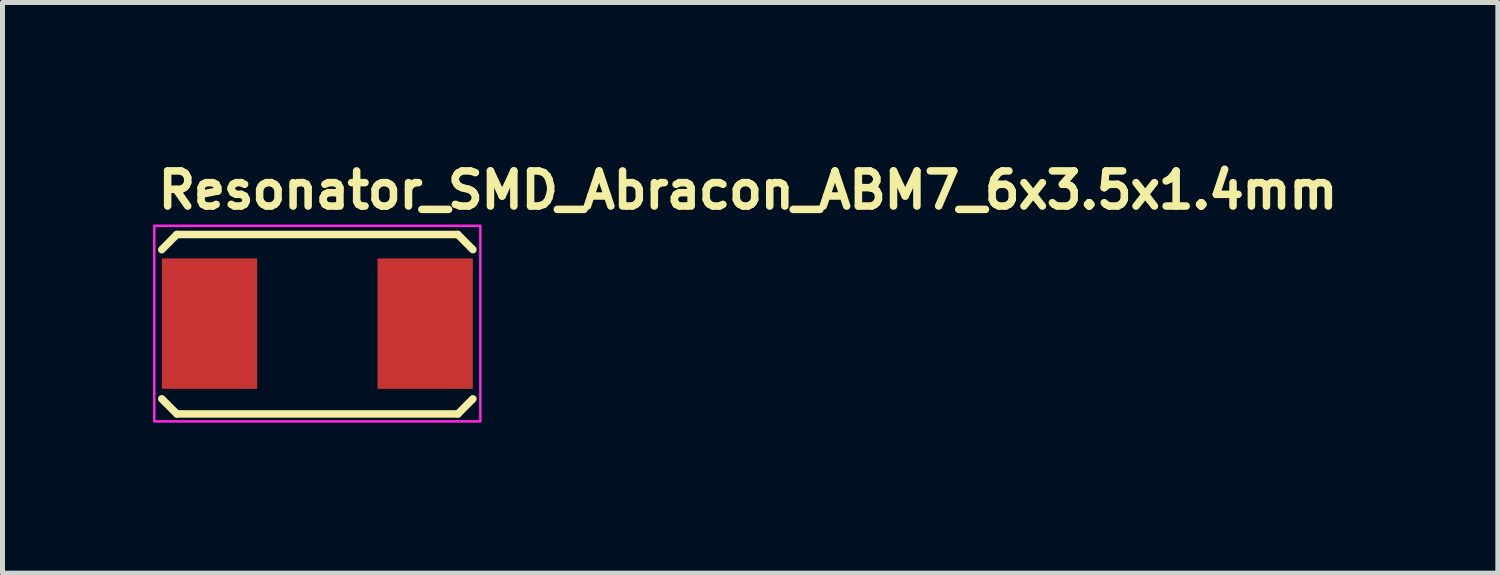
<source format=kicad_pcb>
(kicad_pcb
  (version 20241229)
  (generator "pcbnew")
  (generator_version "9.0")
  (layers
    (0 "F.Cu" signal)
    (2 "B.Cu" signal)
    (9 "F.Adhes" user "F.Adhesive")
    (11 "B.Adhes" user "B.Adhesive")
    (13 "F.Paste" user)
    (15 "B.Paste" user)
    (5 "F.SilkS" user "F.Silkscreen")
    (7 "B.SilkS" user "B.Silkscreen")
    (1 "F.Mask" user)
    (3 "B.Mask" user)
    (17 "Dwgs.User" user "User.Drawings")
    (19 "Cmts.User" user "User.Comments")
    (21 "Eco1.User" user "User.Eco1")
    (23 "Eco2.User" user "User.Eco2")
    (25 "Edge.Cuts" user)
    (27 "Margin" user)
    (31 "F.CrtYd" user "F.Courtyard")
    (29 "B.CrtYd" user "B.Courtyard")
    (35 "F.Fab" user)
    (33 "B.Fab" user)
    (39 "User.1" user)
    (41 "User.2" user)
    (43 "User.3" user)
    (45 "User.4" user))
  (footprint "Resonator_SMD_Abracon_ABM7_6x3.5x1.4mm"
    (layer "F.Cu")
    (at 3.276 3.4)
    (property "Reference" "Resonator_SMD_Abracon_ABM7_6x3.5x1.4mm" (at -3.25 -2.25 0) (layer "F.SilkS") (effects (font (size 0.7 0.7) (thickness 0.15)) (justify left bottom)))
    (attr smd)
    (fp_line (start -3.102 -1.474) (end -2.803 -1.776) (stroke (width 0.15) (type solid)) (layer "F.SilkS"))
    (fp_line (start -3.102 1.499) (end -2.801 1.8) (stroke (width 0.15) (type solid)) (layer "F.SilkS"))
    (fp_line (start -2.803 -1.776) (end 2.798 -1.776) (stroke (width 0.15) (type solid)) (layer "F.SilkS"))
    (fp_line (start 2.8 1.8) (end -2.801 1.8) (stroke (width 0.15) (type solid)) (layer "F.SilkS"))
    (fp_line (start 3.099 -1.474) (end 2.798 -1.776) (stroke (width 0.15) (type solid)) (layer "F.SilkS"))
    (fp_line (start 3.099 1.499) (end 2.8 1.8) (stroke (width 0.15) (type solid)) (layer "F.SilkS"))
    (fp_rect (start -3.251 -1.95) (end 3.248 1.949) (stroke (width 0.05) (type solid)) (fill no) (layer "F.CrtYd"))
    (fp_rect (start -3.051 -1.75) (end 3.048 1.749) (stroke (width 0.1) (type solid)) (fill no) (layer "User.5"))
    (fp_line (start -3.051 -1.5) (end -2.801 -1.75) (stroke (width 0.02) (type solid)) (layer "User.9"))
    (fp_line (start -3.051 -0.402) (end -3.051 -1.5) (stroke (width 0.02) (type solid)) (layer "User.9"))
    (fp_line (start -3.051 0.4) (end -2.75 0.4) (stroke (width 0.02) (type solid)) (layer "User.9"))
    (fp_line (start -3.051 1.499) (end -3.051 0.4) (stroke (width 0.02) (type solid)) (layer "User.9"))
    (fp_line (start -3 -0.332) (end -3 -0.402) (stroke (width 0.02) (type solid)) (layer "User.9"))
    (fp_line (start -3 0.33) (end -3 0.4) (stroke (width 0.02) (type solid)) (layer "User.9"))
    (fp_line (start -2.9 -0.332) (end -3 -0.332) (stroke (width 0.02) (type solid)) (layer "User.9"))
    (fp_line (start -2.9 0.33) (end -3 0.33) (stroke (width 0.02) (type solid)) (layer "User.9"))
    (fp_line (start -2.9 0.33) (end -2.896 0.329) (stroke (width 0.02) (type solid)) (layer "User.9"))
    (fp_line (start -2.896 -0.331) (end -2.9 -0.332) (stroke (width 0.02) (type solid)) (layer "User.9"))
    (fp_line (start -2.896 0.329) (end -2.891 0.329) (stroke (width 0.02) (type solid)) (layer "User.9"))
    (fp_line (start -2.891 -0.331) (end -2.896 -0.331) (stroke (width 0.02) (type solid)) (layer "User.9"))
    (fp_line (start -2.891 0.329) (end -2.887 0.328) (stroke (width 0.02) (type solid)) (layer "User.9"))
    (fp_line (start -2.887 -0.33) (end -2.891 -0.331) (stroke (width 0.02) (type solid)) (layer "User.9"))
    (fp_line (start -2.887 0.328) (end -2.882 0.328) (stroke (width 0.02) (type solid)) (layer "User.9"))
    (fp_line (start -2.882 -0.33) (end -2.887 -0.33) (stroke (width 0.02) (type solid)) (layer "User.9"))
    (fp_line (start -2.882 0.328) (end -2.876 0.326) (stroke (width 0.02) (type solid)) (layer "User.9"))
    (fp_line (start -2.876 -0.328) (end -2.882 -0.33) (stroke (width 0.02) (type solid)) (layer "User.9"))
    (fp_line (start -2.876 0.326) (end -2.871 0.325) (stroke (width 0.02) (type solid)) (layer "User.9"))
    (fp_line (start -2.871 -0.327) (end -2.876 -0.328) (stroke (width 0.02) (type solid)) (layer "User.9"))
    (fp_line (start -2.871 0.325) (end -2.867 0.324) (stroke (width 0.02) (type solid)) (layer "User.9"))
    (fp_line (start -2.867 -0.326) (end -2.871 -0.327) (stroke (width 0.02) (type solid)) (layer "User.9"))
    (fp_line (start -2.867 0.324) (end -2.863 0.322) (stroke (width 0.02) (type solid)) (layer "User.9"))
    (fp_line (start -2.863 -0.324) (end -2.867 -0.326) (stroke (width 0.02) (type solid)) (layer "User.9"))
    (fp_line (start -2.863 0.322) (end -2.859 0.32) (stroke (width 0.02) (type solid)) (layer "User.9"))
    (fp_line (start -2.859 -0.322) (end -2.863 -0.324) (stroke (width 0.02) (type solid)) (layer "User.9"))
    (fp_line (start -2.859 0.32) (end -2.854 0.317) (stroke (width 0.02) (type solid)) (layer "User.9"))
    (fp_line (start -2.854 -0.319) (end -2.859 -0.322) (stroke (width 0.02) (type solid)) (layer "User.9"))
    (fp_line (start -2.854 0.317) (end -2.85 0.314) (stroke (width 0.02) (type solid)) (layer "User.9"))
    (fp_line (start -2.85 -0.316) (end -2.854 -0.319) (stroke (width 0.02) (type solid)) (layer "User.9"))
    (fp_line (start -2.85 0.314) (end -2.846 0.312) (stroke (width 0.02) (type solid)) (layer "User.9"))
    (fp_line (start -2.846 -0.314) (end -2.85 -0.316) (stroke (width 0.02) (type solid)) (layer "User.9"))
    (fp_line (start -2.846 0.312) (end -2.842 0.309) (stroke (width 0.02) (type solid)) (layer "User.9"))
    (fp_line (start -2.842 -0.311) (end -2.846 -0.314) (stroke (width 0.02) (type solid)) (layer "User.9"))
    (fp_line (start -2.842 0.309) (end -2.838 0.306) (stroke (width 0.02) (type solid)) (layer "User.9"))
    (fp_line (start -2.838 -0.308) (end -2.842 -0.311) (stroke (width 0.02) (type solid)) (layer "User.9"))
    (fp_line (start -2.838 0.306) (end -2.834 0.303) (stroke (width 0.02) (type solid)) (layer "User.9"))
    (fp_line (start -2.834 -0.305) (end -2.838 -0.308) (stroke (width 0.02) (type solid)) (layer "User.9"))
    (fp_line (start -2.834 0.303) (end -2.831 0.299) (stroke (width 0.02) (type solid)) (layer "User.9"))
    (fp_line (start -2.831 -0.301) (end -2.834 -0.305) (stroke (width 0.02) (type solid)) (layer "User.9"))
    (fp_line (start -2.831 -0.301) (end -2.831 -0.301) (stroke (width 0.02) (type solid)) (layer "User.9"))
    (fp_line (start -2.831 0.299) (end -2.831 0.299) (stroke (width 0.02) (type solid)) (layer "User.9"))
    (fp_line (start -2.831 0.299) (end -2.827 0.296) (stroke (width 0.02) (type solid)) (layer "User.9"))
    (fp_line (start -2.827 -0.298) (end -2.831 -0.301) (stroke (width 0.02) (type solid)) (layer "User.9"))
    (fp_line (start -2.827 0.296) (end -2.823 0.292) (stroke (width 0.02) (type solid)) (layer "User.9"))
    (fp_line (start -2.823 -0.294) (end -2.827 -0.298) (stroke (width 0.02) (type solid)) (layer "User.9"))
    (fp_line (start -2.823 0.292) (end -2.82 0.288) (stroke (width 0.02) (type solid)) (layer "User.9"))
    (fp_line (start -2.82 -0.29) (end -2.823 -0.294) (stroke (width 0.02) (type solid)) (layer "User.9"))
    (fp_line (start -2.82 0.288) (end -2.818 0.285) (stroke (width 0.02) (type solid)) (layer "User.9"))
    (fp_line (start -2.818 -0.287) (end -2.82 -0.29) (stroke (width 0.02) (type solid)) (layer "User.9"))
    (fp_line (start -2.818 0.285) (end -2.815 0.281) (stroke (width 0.02) (type solid)) (layer "User.9"))
    (fp_line (start -2.815 -0.283) (end -2.818 -0.287) (stroke (width 0.02) (type solid)) (layer "User.9"))
    (fp_line (start -2.815 0.281) (end -2.813 0.277) (stroke (width 0.02) (type solid)) (layer "User.9"))
    (fp_line (start -2.813 -0.279) (end -2.815 -0.283) (stroke (width 0.02) (type solid)) (layer "User.9"))
    (fp_line (start -2.813 0.277) (end -2.81 0.272) (stroke (width 0.02) (type solid)) (layer "User.9"))
    (fp_line (start -2.81 -0.274) (end -2.813 -0.279) (stroke (width 0.02) (type solid)) (layer "User.9"))
    (fp_line (start -2.81 0.272) (end -2.809 0.268) (stroke (width 0.02) (type solid)) (layer "User.9"))
    (fp_line (start -2.809 -0.27) (end -2.81 -0.274) (stroke (width 0.02) (type solid)) (layer "User.9"))
    (fp_line (start -2.809 0.268) (end -2.806 0.263) (stroke (width 0.02) (type solid)) (layer "User.9"))
    (fp_line (start -2.806 -0.265) (end -2.809 -0.27) (stroke (width 0.02) (type solid)) (layer "User.9"))
    (fp_line (start -2.806 -0.261) (end -2.806 -0.265) (stroke (width 0.02) (type solid)) (layer "User.9"))
    (fp_line (start -2.806 0.259) (end -2.805 0.253) (stroke (width 0.02) (type solid)) (layer "User.9"))
    (fp_line (start -2.806 0.263) (end -2.806 0.259) (stroke (width 0.02) (type solid)) (layer "User.9"))
    (fp_line (start -2.805 -0.255) (end -2.806 -0.261) (stroke (width 0.02) (type solid)) (layer "User.9"))
    (fp_line (start -2.805 0.253) (end -2.802 0.248) (stroke (width 0.02) (type solid)) (layer "User.9"))
    (fp_line (start -2.802 -0.25) (end -2.805 -0.255) (stroke (width 0.02) (type solid)) (layer "User.9"))
    (fp_line (start -2.802 -0.245) (end -2.802 -0.25) (stroke (width 0.02) (type solid)) (layer "User.9"))
    (fp_line (start -2.802 -0.24) (end -2.802 -0.245) (stroke (width 0.02) (type solid)) (layer "User.9"))
    (fp_line (start -2.802 -0.236) (end -2.802 -0.24) (stroke (width 0.02) (type solid)) (layer "User.9"))
    (fp_line (start -2.802 0.234) (end -2.801 0.23) (stroke (width 0.02) (type solid)) (layer "User.9"))
    (fp_line (start -2.802 0.239) (end -2.802 0.234) (stroke (width 0.02) (type solid)) (layer "User.9"))
    (fp_line (start -2.802 0.243) (end -2.802 0.239) (stroke (width 0.02) (type solid)) (layer "User.9"))
    (fp_line (start -2.802 0.248) (end -2.802 0.243) (stroke (width 0.02) (type solid)) (layer "User.9"))
    (fp_line (start -2.801 -1.75) (end 2.798 -1.75) (stroke (width 0.02) (type solid)) (layer "User.9"))
    (fp_line (start -2.801 -0.232) (end -2.802 -0.236) (stroke (width 0.02) (type solid)) (layer "User.9"))
    (fp_line (start -2.801 0.23) (end -2.801 -0.232) (stroke (width 0.02) (type solid)) (layer "User.9"))
    (fp_line (start -2.801 1.749) (end -3.051 1.499) (stroke (width 0.02) (type solid)) (layer "User.9"))
    (fp_line (start -2.75 -0.402) (end -3.051 -0.402) (stroke (width 0.02) (type solid)) (layer "User.9"))
    (fp_line (start -2.75 0.4) (end -2.75 -0.402) (stroke (width 0.02) (type solid)) (layer "User.9"))
    (fp_line (start -2.702 -1.25) (end -2.701 -1.264) (stroke (width 0.02) (type solid)) (layer "User.9"))
    (fp_line (start -2.702 1.249) (end -2.702 -1.25) (stroke (width 0.02) (type solid)) (layer "User.9"))
    (fp_line (start -2.701 -1.264) (end -2.699 -1.276) (stroke (width 0.02) (type solid)) (layer "User.9"))
    (fp_line (start -2.701 1.261) (end -2.702 1.249) (stroke (width 0.02) (type solid)) (layer "User.9"))
    (fp_line (start -2.699 -1.276) (end -2.698 -1.287) (stroke (width 0.02) (type solid)) (layer "User.9"))
    (fp_line (start -2.699 1.273) (end -2.701 1.261) (stroke (width 0.02) (type solid)) (layer "User.9"))
    (fp_line (start -2.698 -1.287) (end -2.697 -1.299) (stroke (width 0.02) (type solid)) (layer "User.9"))
    (fp_line (start -2.698 1.286) (end -2.699 1.273) (stroke (width 0.02) (type solid)) (layer "User.9"))
    (fp_line (start -2.697 -1.299) (end -2.694 -1.311) (stroke (width 0.02) (type solid)) (layer "User.9"))
    (fp_line (start -2.697 1.298) (end -2.698 1.286) (stroke (width 0.02) (type solid)) (layer "User.9"))
    (fp_line (start -2.694 -1.311) (end -2.69 -1.323) (stroke (width 0.02) (type solid)) (layer "User.9"))
    (fp_line (start -2.694 1.31) (end -2.697 1.298) (stroke (width 0.02) (type solid)) (layer "User.9"))
    (fp_line (start -2.69 -1.323) (end -2.686 -1.335) (stroke (width 0.02) (type solid)) (layer "User.9"))
    (fp_line (start -2.69 1.322) (end -2.694 1.31) (stroke (width 0.02) (type solid)) (layer "User.9"))
    (fp_line (start -2.686 -1.335) (end -2.681 -1.347) (stroke (width 0.02) (type solid)) (layer "User.9"))
    (fp_line (start -2.686 1.334) (end -2.69 1.322) (stroke (width 0.02) (type solid)) (layer "User.9"))
    (fp_line (start -2.681 -1.347) (end -2.677 -1.357) (stroke (width 0.02) (type solid)) (layer "User.9"))
    (fp_line (start -2.681 1.344) (end -2.686 1.334) (stroke (width 0.02) (type solid)) (layer "User.9"))
    (fp_line (start -2.677 -1.357) (end -2.672 -1.369) (stroke (width 0.02) (type solid)) (layer "User.9"))
    (fp_line (start -2.677 1.356) (end -2.681 1.344) (stroke (width 0.02) (type solid)) (layer "User.9"))
    (fp_line (start -2.672 -1.369) (end -2.665 -1.379) (stroke (width 0.02) (type solid)) (layer "User.9"))
    (fp_line (start -2.672 1.366) (end -2.677 1.356) (stroke (width 0.02) (type solid)) (layer "User.9"))
    (fp_line (start -2.665 -1.379) (end -2.658 -1.389) (stroke (width 0.02) (type solid)) (layer "User.9"))
    (fp_line (start -2.665 1.378) (end -2.672 1.366) (stroke (width 0.02) (type solid)) (layer "User.9"))
    (fp_line (start -2.658 -1.389) (end -2.652 -1.399) (stroke (width 0.02) (type solid)) (layer "User.9"))
    (fp_line (start -2.658 1.388) (end -2.665 1.378) (stroke (width 0.02) (type solid)) (layer "User.9"))
    (fp_line (start -2.652 -1.399) (end -2.645 -1.41) (stroke (width 0.02) (type solid)) (layer "User.9"))
    (fp_line (start -2.652 1.398) (end -2.658 1.388) (stroke (width 0.02) (type solid)) (layer "User.9"))
    (fp_line (start -2.645 -1.41) (end -2.637 -1.418) (stroke (width 0.02) (type solid)) (layer "User.9"))
    (fp_line (start -2.645 1.407) (end -2.652 1.398) (stroke (width 0.02) (type solid)) (layer "User.9"))
    (fp_line (start -2.637 -1.418) (end -2.628 -1.428) (stroke (width 0.02) (type solid)) (layer "User.9"))
    (fp_line (start -2.637 1.417) (end -2.645 1.407) (stroke (width 0.02) (type solid)) (layer "User.9"))
    (fp_line (start -2.628 -1.428) (end -2.628 -1.428) (stroke (width 0.02) (type solid)) (layer "User.9"))
    (fp_line (start -2.628 -1.428) (end -2.618 -1.436) (stroke (width 0.02) (type solid)) (layer "User.9"))
    (fp_line (start -2.628 1.425) (end -2.637 1.417) (stroke (width 0.02) (type solid)) (layer "User.9"))
    (fp_line (start -2.628 1.425) (end -2.628 1.425) (stroke (width 0.02) (type solid)) (layer "User.9"))
    (fp_line (start -2.618 -1.436) (end -2.609 -1.444) (stroke (width 0.02) (type solid)) (layer "User.9"))
    (fp_line (start -2.618 1.435) (end -2.628 1.425) (stroke (width 0.02) (type solid)) (layer "User.9"))
    (fp_line (start -2.609 -1.444) (end -2.6 -1.452) (stroke (width 0.02) (type solid)) (layer "User.9"))
    (fp_line (start -2.609 1.443) (end -2.618 1.435) (stroke (width 0.02) (type solid)) (layer "User.9"))
    (fp_line (start -2.6 -1.452) (end -2.589 -1.458) (stroke (width 0.02) (type solid)) (layer "User.9"))
    (fp_line (start -2.6 1.449) (end -2.609 1.443) (stroke (width 0.02) (type solid)) (layer "User.9"))
    (fp_line (start -2.589 -1.458) (end -2.58 -1.466) (stroke (width 0.02) (type solid)) (layer "User.9"))
    (fp_line (start -2.589 1.457) (end -2.6 1.449) (stroke (width 0.02) (type solid)) (layer "User.9"))
    (fp_line (start -2.58 -1.466) (end -2.569 -1.472) (stroke (width 0.02) (type solid)) (layer "User.9"))
    (fp_line (start -2.58 1.463) (end -2.589 1.457) (stroke (width 0.02) (type solid)) (layer "User.9"))
    (fp_line (start -2.569 -1.472) (end -2.557 -1.478) (stroke (width 0.02) (type solid)) (layer "User.9"))
    (fp_line (start -2.569 1.469) (end -2.58 1.463) (stroke (width 0.02) (type solid)) (layer "User.9"))
    (fp_line (start -2.557 -1.478) (end -2.547 -1.482) (stroke (width 0.02) (type solid)) (layer "User.9"))
    (fp_line (start -2.557 1.475) (end -2.569 1.469) (stroke (width 0.02) (type solid)) (layer "User.9"))
    (fp_line (start -2.547 -1.482) (end -2.536 -1.486) (stroke (width 0.02) (type solid)) (layer "User.9"))
    (fp_line (start -2.547 1.479) (end -2.557 1.475) (stroke (width 0.02) (type solid)) (layer "User.9"))
    (fp_line (start -2.536 -1.486) (end -2.524 -1.49) (stroke (width 0.02) (type solid)) (layer "User.9"))
    (fp_line (start -2.536 1.485) (end -2.547 1.479) (stroke (width 0.02) (type solid)) (layer "User.9"))
    (fp_line (start -2.524 -1.49) (end -2.512 -1.494) (stroke (width 0.02) (type solid)) (layer "User.9"))
    (fp_line (start -2.524 1.489) (end -2.536 1.485) (stroke (width 0.02) (type solid)) (layer "User.9"))
    (fp_line (start -2.512 -1.494) (end -2.5 -1.496) (stroke (width 0.02) (type solid)) (layer "User.9"))
    (fp_line (start -2.512 1.491) (end -2.524 1.489) (stroke (width 0.02) (type solid)) (layer "User.9"))
    (fp_line (start -2.5 -1.496) (end -2.488 -1.498) (stroke (width 0.02) (type solid)) (layer "User.9"))
    (fp_line (start -2.5 1.495) (end -2.512 1.491) (stroke (width 0.02) (type solid)) (layer "User.9"))
    (fp_line (start -2.488 -1.498) (end -2.476 -1.5) (stroke (width 0.02) (type solid)) (layer "User.9"))
    (fp_line (start -2.488 1.497) (end -2.5 1.495) (stroke (width 0.02) (type solid)) (layer "User.9"))
    (fp_line (start -2.476 -1.5) (end -2.464 -1.5) (stroke (width 0.02) (type solid)) (layer "User.9"))
    (fp_line (start -2.476 1.497) (end -2.488 1.497) (stroke (width 0.02) (type solid)) (layer "User.9"))
    (fp_line (start -2.464 -1.5) (end -2.452 -1.5) (stroke (width 0.02) (type solid)) (layer "User.9"))
    (fp_line (start -2.464 1.499) (end -2.476 1.497) (stroke (width 0.02) (type solid)) (layer "User.9"))
    (fp_line (start -2.452 -1.5) (end 2.45 -1.5) (stroke (width 0.02) (type solid)) (layer "User.9"))
    (fp_line (start -2.452 1.499) (end -2.464 1.499) (stroke (width 0.02) (type solid)) (layer "User.9"))
    (fp_line (start 2.45 -1.5) (end 2.462 -1.5) (stroke (width 0.02) (type solid)) (layer "User.9"))
    (fp_line (start 2.45 1.499) (end -2.452 1.499) (stroke (width 0.02) (type solid)) (layer "User.9"))
    (fp_line (start 2.462 -1.5) (end 2.474 -1.5) (stroke (width 0.02) (type solid)) (layer "User.9"))
    (fp_line (start 2.462 1.499) (end 2.45 1.499) (stroke (width 0.02) (type solid)) (layer "User.9"))
    (fp_line (start 2.474 -1.5) (end 2.486 -1.498) (stroke (width 0.02) (type solid)) (layer "User.9"))
    (fp_line (start 2.474 1.497) (end 2.462 1.499) (stroke (width 0.02) (type solid)) (layer "User.9"))
    (fp_line (start 2.486 -1.498) (end 2.499 -1.496) (stroke (width 0.02) (type solid)) (layer "User.9"))
    (fp_line (start 2.486 1.497) (end 2.474 1.497) (stroke (width 0.02) (type solid)) (layer "User.9"))
    (fp_line (start 2.499 -1.496) (end 2.51 -1.494) (stroke (width 0.02) (type solid)) (layer "User.9"))
    (fp_line (start 2.499 1.495) (end 2.486 1.497) (stroke (width 0.02) (type solid)) (layer "User.9"))
    (fp_line (start 2.51 -1.494) (end 2.522 -1.49) (stroke (width 0.02) (type solid)) (layer "User.9"))
    (fp_line (start 2.51 1.491) (end 2.499 1.495) (stroke (width 0.02) (type solid)) (layer "User.9"))
    (fp_line (start 2.522 -1.49) (end 2.534 -1.486) (stroke (width 0.02) (type solid)) (layer "User.9"))
    (fp_line (start 2.522 1.489) (end 2.51 1.491) (stroke (width 0.02) (type solid)) (layer "User.9"))
    (fp_line (start 2.534 -1.486) (end 2.544 -1.482) (stroke (width 0.02) (type solid)) (layer "User.9"))
    (fp_line (start 2.534 1.485) (end 2.522 1.489) (stroke (width 0.02) (type solid)) (layer "User.9"))
    (fp_line (start 2.544 -1.482) (end 2.555 -1.478) (stroke (width 0.02) (type solid)) (layer "User.9"))
    (fp_line (start 2.544 1.479) (end 2.534 1.485) (stroke (width 0.02) (type solid)) (layer "User.9"))
    (fp_line (start 2.555 -1.478) (end 2.567 -1.472) (stroke (width 0.02) (type solid)) (layer "User.9"))
    (fp_line (start 2.555 1.475) (end 2.544 1.479) (stroke (width 0.02) (type solid)) (layer "User.9"))
    (fp_line (start 2.567 -1.472) (end 2.577 -1.466) (stroke (width 0.02) (type solid)) (layer "User.9"))
    (fp_line (start 2.567 1.469) (end 2.555 1.475) (stroke (width 0.02) (type solid)) (layer "User.9"))
    (fp_line (start 2.577 -1.466) (end 2.588 -1.458) (stroke (width 0.02) (type solid)) (layer "User.9"))
    (fp_line (start 2.577 1.463) (end 2.567 1.469) (stroke (width 0.02) (type solid)) (layer "User.9"))
    (fp_line (start 2.588 -1.458) (end 2.597 -1.452) (stroke (width 0.02) (type solid)) (layer "User.9"))
    (fp_line (start 2.588 1.457) (end 2.577 1.463) (stroke (width 0.02) (type solid)) (layer "User.9"))
    (fp_line (start 2.597 -1.452) (end 2.608 -1.444) (stroke (width 0.02) (type solid)) (layer "User.9"))
    (fp_line (start 2.597 1.449) (end 2.588 1.457) (stroke (width 0.02) (type solid)) (layer "User.9"))
    (fp_line (start 2.608 -1.444) (end 2.616 -1.436) (stroke (width 0.02) (type solid)) (layer "User.9"))
    (fp_line (start 2.608 1.443) (end 2.597 1.449) (stroke (width 0.02) (type solid)) (layer "User.9"))
    (fp_line (start 2.616 -1.436) (end 2.625 -1.428) (stroke (width 0.02) (type solid)) (layer "User.9"))
    (fp_line (start 2.616 1.435) (end 2.608 1.443) (stroke (width 0.02) (type solid)) (layer "User.9"))
    (fp_line (start 2.625 -1.428) (end 2.625 -1.428) (stroke (width 0.02) (type solid)) (layer "User.9"))
    (fp_line (start 2.625 -1.428) (end 2.635 -1.418) (stroke (width 0.02) (type solid)) (layer "User.9"))
    (fp_line (start 2.625 1.425) (end 2.616 1.435) (stroke (width 0.02) (type solid)) (layer "User.9"))
    (fp_line (start 2.625 1.425) (end 2.625 1.425) (stroke (width 0.02) (type solid)) (layer "User.9"))
    (fp_line (start 2.635 -1.418) (end 2.643 -1.41) (stroke (width 0.02) (type solid)) (layer "User.9"))
    (fp_line (start 2.635 1.417) (end 2.625 1.425) (stroke (width 0.02) (type solid)) (layer "User.9"))
    (fp_line (start 2.643 -1.41) (end 2.649 -1.399) (stroke (width 0.02) (type solid)) (layer "User.9"))
    (fp_line (start 2.643 1.407) (end 2.635 1.417) (stroke (width 0.02) (type solid)) (layer "User.9"))
    (fp_line (start 2.649 -1.399) (end 2.656 -1.389) (stroke (width 0.02) (type solid)) (layer "User.9"))
    (fp_line (start 2.649 1.398) (end 2.643 1.407) (stroke (width 0.02) (type solid)) (layer "User.9"))
    (fp_line (start 2.656 -1.389) (end 2.664 -1.379) (stroke (width 0.02) (type solid)) (layer "User.9"))
    (fp_line (start 2.656 1.388) (end 2.649 1.398) (stroke (width 0.02) (type solid)) (layer "User.9"))
    (fp_line (start 2.664 -1.379) (end 2.669 -1.369) (stroke (width 0.02) (type solid)) (layer "User.9"))
    (fp_line (start 2.664 1.378) (end 2.656 1.388) (stroke (width 0.02) (type solid)) (layer "User.9"))
    (fp_line (start 2.669 -1.369) (end 2.676 -1.357) (stroke (width 0.02) (type solid)) (layer "User.9"))
    (fp_line (start 2.669 1.366) (end 2.664 1.378) (stroke (width 0.02) (type solid)) (layer "User.9"))
    (fp_line (start 2.676 -1.357) (end 2.68 -1.347) (stroke (width 0.02) (type solid)) (layer "User.9"))
    (fp_line (start 2.676 1.356) (end 2.669 1.366) (stroke (width 0.02) (type solid)) (layer "User.9"))
    (fp_line (start 2.68 -1.347) (end 2.684 -1.335) (stroke (width 0.02) (type solid)) (layer "User.9"))
    (fp_line (start 2.68 1.344) (end 2.676 1.356) (stroke (width 0.02) (type solid)) (layer "User.9"))
    (fp_line (start 2.684 -1.335) (end 2.689 -1.323) (stroke (width 0.02) (type solid)) (layer "User.9"))
    (fp_line (start 2.684 1.334) (end 2.68 1.344) (stroke (width 0.02) (type solid)) (layer "User.9"))
    (fp_line (start 2.689 -1.323) (end 2.692 -1.311) (stroke (width 0.02) (type solid)) (layer "User.9"))
    (fp_line (start 2.689 1.322) (end 2.684 1.334) (stroke (width 0.02) (type solid)) (layer "User.9"))
    (fp_line (start 2.692 -1.311) (end 2.694 -1.299) (stroke (width 0.02) (type solid)) (layer "User.9"))
    (fp_line (start 2.692 1.31) (end 2.689 1.322) (stroke (width 0.02) (type solid)) (layer "User.9"))
    (fp_line (start 2.694 -1.299) (end 2.697 -1.287) (stroke (width 0.02) (type solid)) (layer "User.9"))
    (fp_line (start 2.694 1.298) (end 2.692 1.31) (stroke (width 0.02) (type solid)) (layer "User.9"))
    (fp_line (start 2.697 -1.287) (end 2.697 -1.276) (stroke (width 0.02) (type solid)) (layer "User.9"))
    (fp_line (start 2.697 -1.276) (end 2.698 -1.264) (stroke (width 0.02) (type solid)) (layer "User.9"))
    (fp_line (start 2.697 1.273) (end 2.697 1.286) (stroke (width 0.02) (type solid)) (layer "User.9"))
    (fp_line (start 2.697 1.286) (end 2.694 1.298) (stroke (width 0.02) (type solid)) (layer "User.9"))
    (fp_line (start 2.698 -1.264) (end 2.7 -1.25) (stroke (width 0.02) (type solid)) (layer "User.9"))
    (fp_line (start 2.698 1.261) (end 2.697 1.273) (stroke (width 0.02) (type solid)) (layer "User.9"))
    (fp_line (start 2.7 -1.25) (end 2.7 1.249) (stroke (width 0.02) (type solid)) (layer "User.9"))
    (fp_line (start 2.7 1.249) (end 2.698 1.261) (stroke (width 0.02) (type solid)) (layer "User.9"))
    (fp_line (start 2.749 -0.402) (end 3.048 -0.402) (stroke (width 0.02) (type solid)) (layer "User.9"))
    (fp_line (start 2.749 0.4) (end 2.749 -0.402) (stroke (width 0.02) (type solid)) (layer "User.9"))
    (fp_line (start 2.798 -0.232) (end 2.8 -0.236) (stroke (width 0.02) (type solid)) (layer "User.9"))
    (fp_line (start 2.798 0.23) (end 2.798 -0.232) (stroke (width 0.02) (type solid)) (layer "User.9"))
    (fp_line (start 2.798 1.749) (end -2.801 1.749) (stroke (width 0.02) (type solid)) (layer "User.9"))
    (fp_line (start 2.8 -0.24) (end 2.801 -0.245) (stroke (width 0.02) (type solid)) (layer "User.9"))
    (fp_line (start 2.8 -0.236) (end 2.8 -0.24) (stroke (width 0.02) (type solid)) (layer "User.9"))
    (fp_line (start 2.8 0.234) (end 2.798 0.23) (stroke (width 0.02) (type solid)) (layer "User.9"))
    (fp_line (start 2.8 0.239) (end 2.8 0.234) (stroke (width 0.02) (type solid)) (layer "User.9"))
    (fp_line (start 2.801 -0.25) (end 2.802 -0.255) (stroke (width 0.02) (type solid)) (layer "User.9"))
    (fp_line (start 2.801 -0.245) (end 2.801 -0.25) (stroke (width 0.02) (type solid)) (layer "User.9"))
    (fp_line (start 2.801 0.243) (end 2.8 0.239) (stroke (width 0.02) (type solid)) (layer "User.9"))
    (fp_line (start 2.801 0.248) (end 2.801 0.243) (stroke (width 0.02) (type solid)) (layer "User.9"))
    (fp_line (start 2.802 -0.255) (end 2.804 -0.261) (stroke (width 0.02) (type solid)) (layer "User.9"))
    (fp_line (start 2.802 0.253) (end 2.801 0.248) (stroke (width 0.02) (type solid)) (layer "User.9"))
    (fp_line (start 2.804 -0.261) (end 2.805 -0.265) (stroke (width 0.02) (type solid)) (layer "User.9"))
    (fp_line (start 2.804 0.259) (end 2.802 0.253) (stroke (width 0.02) (type solid)) (layer "User.9"))
    (fp_line (start 2.805 -0.265) (end 2.806 -0.27) (stroke (width 0.02) (type solid)) (layer "User.9"))
    (fp_line (start 2.805 0.263) (end 2.804 0.259) (stroke (width 0.02) (type solid)) (layer "User.9"))
    (fp_line (start 2.806 -0.27) (end 2.809 -0.274) (stroke (width 0.02) (type solid)) (layer "User.9"))
    (fp_line (start 2.806 0.268) (end 2.805 0.263) (stroke (width 0.02) (type solid)) (layer "User.9"))
    (fp_line (start 2.809 -0.274) (end 2.81 -0.279) (stroke (width 0.02) (type solid)) (layer "User.9"))
    (fp_line (start 2.809 0.272) (end 2.806 0.268) (stroke (width 0.02) (type solid)) (layer "User.9"))
    (fp_line (start 2.81 -0.279) (end 2.813 -0.283) (stroke (width 0.02) (type solid)) (layer "User.9"))
    (fp_line (start 2.81 0.277) (end 2.809 0.272) (stroke (width 0.02) (type solid)) (layer "User.9"))
    (fp_line (start 2.813 -0.283) (end 2.815 -0.287) (stroke (width 0.02) (type solid)) (layer "User.9"))
    (fp_line (start 2.813 0.281) (end 2.81 0.277) (stroke (width 0.02) (type solid)) (layer "User.9"))
    (fp_line (start 2.815 -0.287) (end 2.818 -0.29) (stroke (width 0.02) (type solid)) (layer "User.9"))
    (fp_line (start 2.815 0.285) (end 2.813 0.281) (stroke (width 0.02) (type solid)) (layer "User.9"))
    (fp_line (start 2.818 -0.29) (end 2.822 -0.294) (stroke (width 0.02) (type solid)) (layer "User.9"))
    (fp_line (start 2.818 0.288) (end 2.815 0.285) (stroke (width 0.02) (type solid)) (layer "User.9"))
    (fp_line (start 2.822 -0.294) (end 2.825 -0.298) (stroke (width 0.02) (type solid)) (layer "User.9"))
    (fp_line (start 2.822 0.292) (end 2.818 0.288) (stroke (width 0.02) (type solid)) (layer "User.9"))
    (fp_line (start 2.825 -0.298) (end 2.829 -0.301) (stroke (width 0.02) (type solid)) (layer "User.9"))
    (fp_line (start 2.825 0.296) (end 2.822 0.292) (stroke (width 0.02) (type solid)) (layer "User.9"))
    (fp_line (start 2.829 -0.301) (end 2.829 -0.301) (stroke (width 0.02) (type solid)) (layer "User.9"))
    (fp_line (start 2.829 -0.301) (end 2.831 -0.305) (stroke (width 0.02) (type solid)) (layer "User.9"))
    (fp_line (start 2.829 0.299) (end 2.825 0.296) (stroke (width 0.02) (type solid)) (layer "User.9"))
    (fp_line (start 2.829 0.299) (end 2.829 0.299) (stroke (width 0.02) (type solid)) (layer "User.9"))
    (fp_line (start 2.831 -0.305) (end 2.835 -0.308) (stroke (width 0.02) (type solid)) (layer "User.9"))
    (fp_line (start 2.831 0.303) (end 2.829 0.299) (stroke (width 0.02) (type solid)) (layer "User.9"))
    (fp_line (start 2.835 -0.308) (end 2.839 -0.311) (stroke (width 0.02) (type solid)) (layer "User.9"))
    (fp_line (start 2.835 0.306) (end 2.831 0.303) (stroke (width 0.02) (type solid)) (layer "User.9"))
    (fp_line (start 2.839 -0.311) (end 2.843 -0.314) (stroke (width 0.02) (type solid)) (layer "User.9"))
    (fp_line (start 2.839 0.309) (end 2.835 0.306) (stroke (width 0.02) (type solid)) (layer "User.9"))
    (fp_line (start 2.843 -0.314) (end 2.847 -0.316) (stroke (width 0.02) (type solid)) (layer "User.9"))
    (fp_line (start 2.843 0.312) (end 2.839 0.309) (stroke (width 0.02) (type solid)) (layer "User.9"))
    (fp_line (start 2.847 -0.316) (end 2.851 -0.319) (stroke (width 0.02) (type solid)) (layer "User.9"))
    (fp_line (start 2.847 0.314) (end 2.843 0.312) (stroke (width 0.02) (type solid)) (layer "User.9"))
    (fp_line (start 2.851 -0.319) (end 2.857 -0.322) (stroke (width 0.02) (type solid)) (layer "User.9"))
    (fp_line (start 2.851 0.317) (end 2.847 0.314) (stroke (width 0.02) (type solid)) (layer "User.9"))
    (fp_line (start 2.857 -0.322) (end 2.861 -0.324) (stroke (width 0.02) (type solid)) (layer "User.9"))
    (fp_line (start 2.857 0.32) (end 2.851 0.317) (stroke (width 0.02) (type solid)) (layer "User.9"))
    (fp_line (start 2.861 -0.324) (end 2.866 -0.326) (stroke (width 0.02) (type solid)) (layer "User.9"))
    (fp_line (start 2.861 0.322) (end 2.857 0.32) (stroke (width 0.02) (type solid)) (layer "User.9"))
    (fp_line (start 2.866 -0.326) (end 2.87 -0.327) (stroke (width 0.02) (type solid)) (layer "User.9"))
    (fp_line (start 2.866 0.324) (end 2.861 0.322) (stroke (width 0.02) (type solid)) (layer "User.9"))
    (fp_line (start 2.87 -0.327) (end 2.874 -0.328) (stroke (width 0.02) (type solid)) (layer "User.9"))
    (fp_line (start 2.87 0.325) (end 2.866 0.324) (stroke (width 0.02) (type solid)) (layer "User.9"))
    (fp_line (start 2.874 -0.328) (end 2.879 -0.33) (stroke (width 0.02) (type solid)) (layer "User.9"))
    (fp_line (start 2.874 0.326) (end 2.87 0.325) (stroke (width 0.02) (type solid)) (layer "User.9"))
    (fp_line (start 2.879 -0.33) (end 2.885 -0.33) (stroke (width 0.02) (type solid)) (layer "User.9"))
    (fp_line (start 2.879 0.328) (end 2.874 0.326) (stroke (width 0.02) (type solid)) (layer "User.9"))
    (fp_line (start 2.885 -0.33) (end 2.89 -0.331) (stroke (width 0.02) (type solid)) (layer "User.9"))
    (fp_line (start 2.885 0.328) (end 2.879 0.328) (stroke (width 0.02) (type solid)) (layer "User.9"))
    (fp_line (start 2.89 -0.331) (end 2.894 -0.331) (stroke (width 0.02) (type solid)) (layer "User.9"))
    (fp_line (start 2.89 0.329) (end 2.885 0.328) (stroke (width 0.02) (type solid)) (layer "User.9"))
    (fp_line (start 2.894 -0.331) (end 2.898 -0.332) (stroke (width 0.02) (type solid)) (layer "User.9"))
    (fp_line (start 2.894 0.329) (end 2.89 0.329) (stroke (width 0.02) (type solid)) (layer "User.9"))
    (fp_line (start 2.898 -0.332) (end 2.999 -0.332) (stroke (width 0.02) (type solid)) (layer "User.9"))
    (fp_line (start 2.898 0.33) (end 2.894 0.329) (stroke (width 0.02) (type solid)) (layer "User.9"))
    (fp_line (start 2.898 0.33) (end 2.999 0.33) (stroke (width 0.02) (type solid)) (layer "User.9"))
    (fp_line (start 2.999 -0.332) (end 2.999 -0.402) (stroke (width 0.02) (type solid)) (layer "User.9"))
    (fp_line (start 2.999 0.33) (end 2.999 0.4) (stroke (width 0.02) (type solid)) (layer "User.9"))
    (fp_line (start 3.048 -1.5) (end 2.798 -1.75) (stroke (width 0.02) (type solid)) (layer "User.9"))
    (fp_line (start 3.048 -0.402) (end 3.048 -1.5) (stroke (width 0.02) (type solid)) (layer "User.9"))
    (fp_line (start 3.048 0.4) (end 2.749 0.4) (stroke (width 0.02) (type solid)) (layer "User.9"))
    (fp_line (start 3.048 1.499) (end 2.798 1.749) (stroke (width 0.02) (type solid)) (layer "User.9"))
    (fp_line (start 3.048 1.499) (end 3.048 0.4) (stroke (width 0.02) (type solid)) (layer "User.9"))
    (pad "1" smd rect (at -2.15 0) (size 1.9 2.6) (layers "F.Cu" "F.Mask" "F.Paste"))
    (pad "2" smd rect (at 2.148 0) (size 1.9 2.6) (layers "F.Cu" "F.Mask" "F.Paste")))
  (gr_rect
    (start -3 -3)
    (end 26.803 8.374)
    (stroke (width 0.1) (type default))
    (fill no)
    (layer "Edge.Cuts")))
</source>
